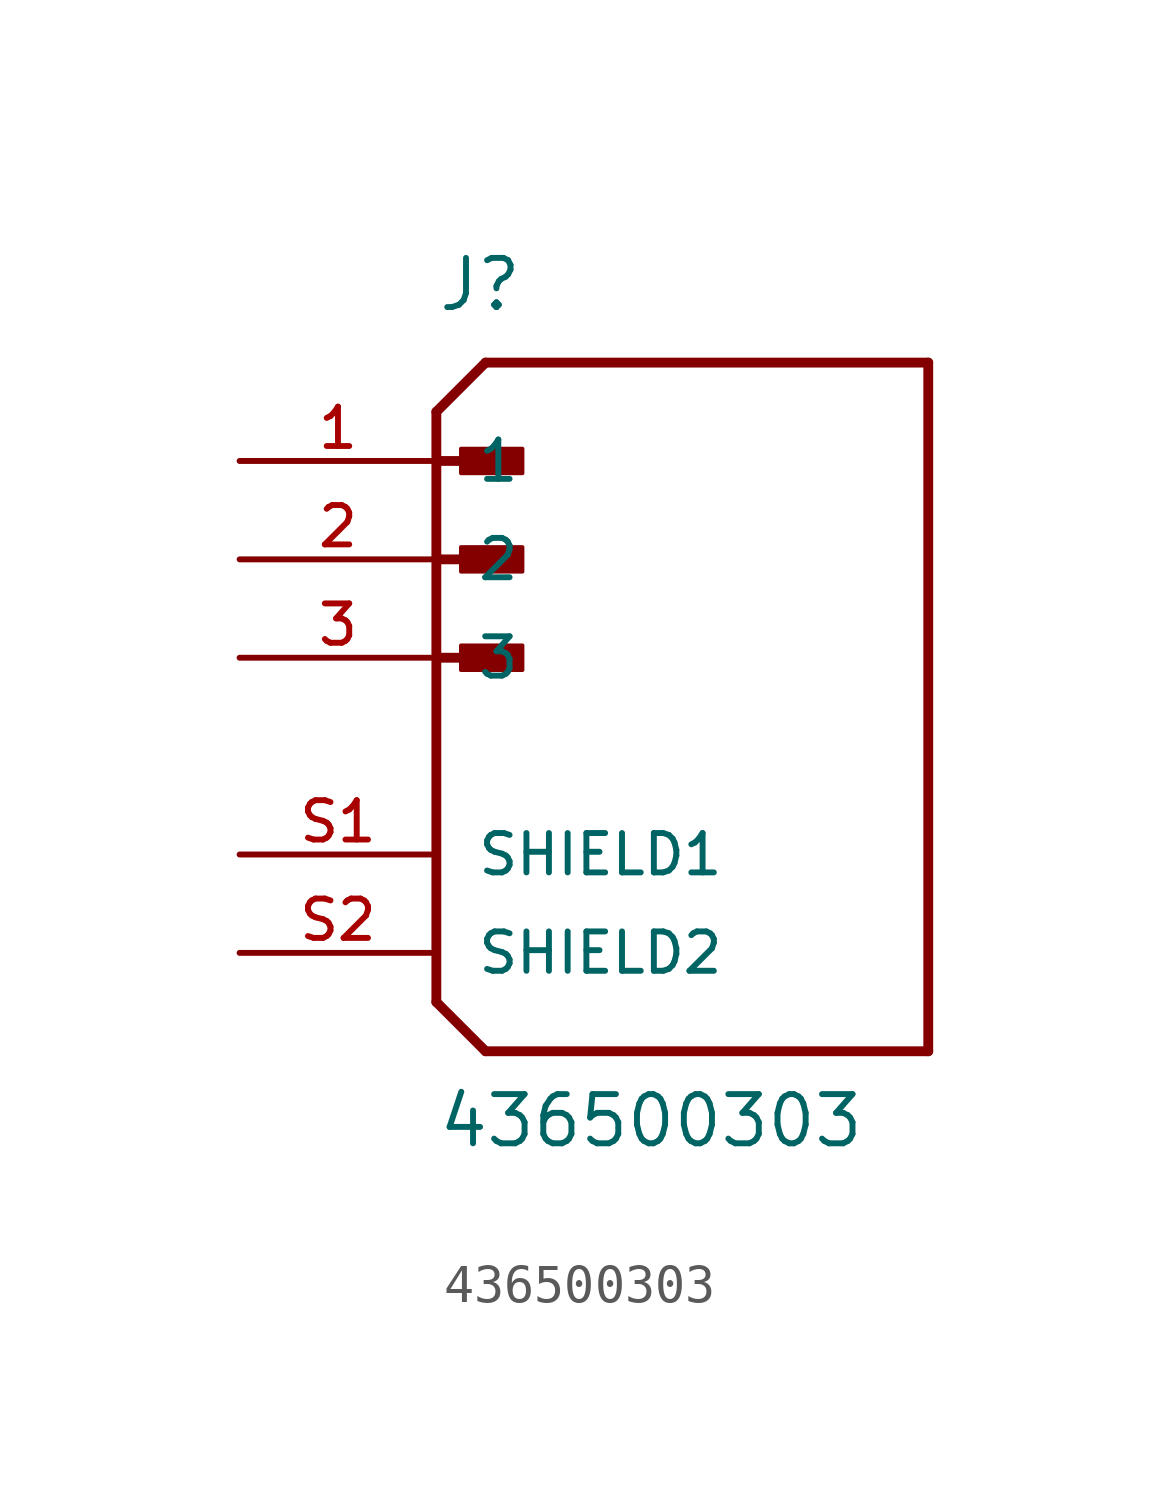
<source format=kicad_sym>
(kicad_symbol_lib
  (version 20211014)
  (generator kicad_symbol_editor)
  (symbol "436500303"
    (pin_names
      (offset 1.016))
    (property "Reference" "J"
      (at 0.0 8.89 0)
      (effects (font (size 1.27 1.27)) (justify bottom left)))
    (property "Value" "436500303"
      (at 0.0 -12.7 0)
      (effects (font (size 1.27 1.27)) (justify bottom left)))
    (symbol "436500303_0_0"
      (polyline (pts (xy 0.0 6.35) (xy 1.27 7.62)) (stroke (width 0.254)))
      (polyline (pts (xy 0.0 6.35) (xy 0.0 5.08)) (stroke (width 0.254)))
      (polyline (pts (xy 0.0 5.08) (xy 0.0 -8.89)) (stroke (width 0.254)))
      (polyline (pts (xy 0.0 -8.89) (xy 1.27 -10.16)) (stroke (width 0.254)))
      (polyline (pts (xy 1.27 -10.16) (xy 12.7 -10.16)) (stroke (width 0.254)))
      (polyline (pts (xy 12.7 -10.16) (xy 12.7 7.62)) (stroke (width 0.254)))
      (polyline (pts (xy 12.7 7.62) (xy 1.27 7.62)) (stroke (width 0.254)))
      (polyline (pts (xy 0.0 5.08) (xy 1.905 5.08)) (stroke (width 0.254)))
      (rectangle (start 0.635 4.763) (end 2.223 5.397) (stroke (width 0.1)) (fill (type outline)))
      (polyline (pts (xy 0.0 2.54) (xy 1.905 2.54)) (stroke (width 0.254)))
      (rectangle (start 0.635 2.223) (end 2.223 2.857) (stroke (width 0.1)) (fill (type outline)))
      (polyline (pts (xy 0.0 0.0) (xy 1.905 0.0)) (stroke (width 0.254)))
      (rectangle (start 0.635 -0.318) (end 2.223 0.318) (stroke (width 0.1)) (fill (type outline)))
      (pin passive line (at -5.08 5.08 0) (length 5.08) (name "1" (effects (font (size 1.016 1.016)))) (number "1" (effects (font (size 1.016 1.016)))))
      (pin passive line (at -5.08 2.54 0) (length 5.08) (name "2" (effects (font (size 1.016 1.016)))) (number "2" (effects (font (size 1.016 1.016)))))
      (pin passive line (at -5.08 -5.08 0) (length 5.08) (name "SHIELD1" (effects (font (size 1.016 1.016)))) (number "S1" (effects (font (size 1.016 1.016)))))
      (pin passive line (at -5.08 -7.62 0) (length 5.08) (name "SHIELD2" (effects (font (size 1.016 1.016)))) (number "S2" (effects (font (size 1.016 1.016)))))
      (pin passive line (at -5.08 0.0 0) (length 5.08) (name "3" (effects (font (size 1.016 1.016)))) (number "3" (effects (font (size 1.016 1.016))))))))
</source>
